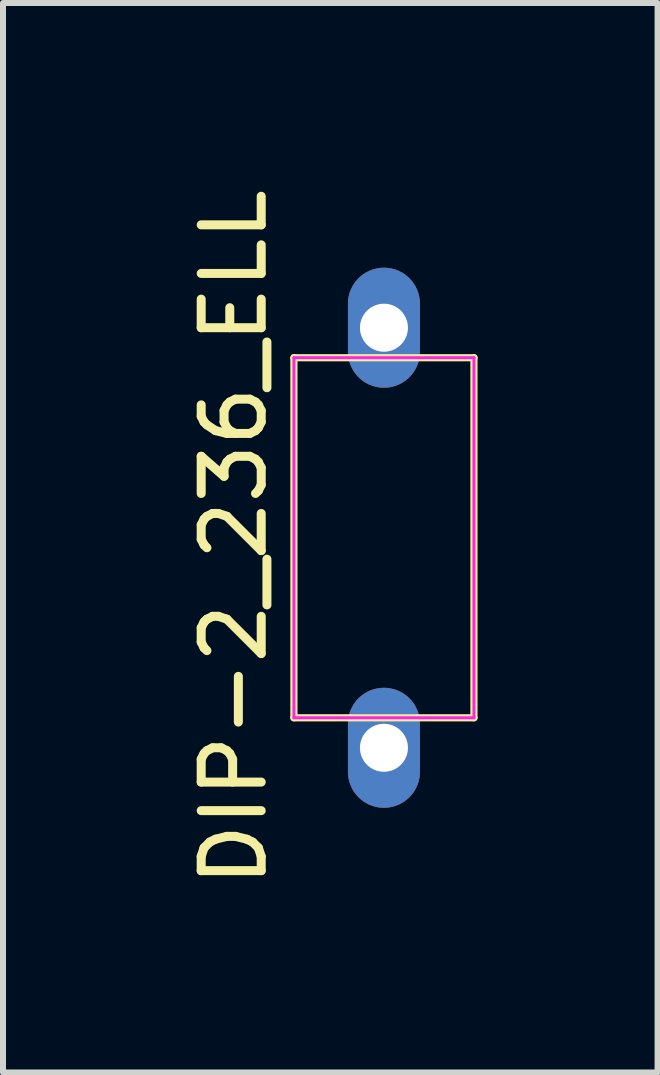
<source format=kicad_pcb>
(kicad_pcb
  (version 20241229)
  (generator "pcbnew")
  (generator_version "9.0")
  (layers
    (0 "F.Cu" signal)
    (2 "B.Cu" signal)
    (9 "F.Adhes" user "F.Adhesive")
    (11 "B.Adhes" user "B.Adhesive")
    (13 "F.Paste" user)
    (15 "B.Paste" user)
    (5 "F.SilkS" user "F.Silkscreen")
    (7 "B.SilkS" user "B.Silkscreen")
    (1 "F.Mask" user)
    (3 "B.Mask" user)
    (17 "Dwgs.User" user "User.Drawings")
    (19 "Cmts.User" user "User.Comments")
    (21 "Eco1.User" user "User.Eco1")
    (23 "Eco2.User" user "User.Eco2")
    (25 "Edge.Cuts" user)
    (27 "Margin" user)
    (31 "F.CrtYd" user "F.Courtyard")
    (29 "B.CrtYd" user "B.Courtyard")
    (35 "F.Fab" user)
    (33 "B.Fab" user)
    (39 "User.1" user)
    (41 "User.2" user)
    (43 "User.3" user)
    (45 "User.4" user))
  (footprint "DIP-2_236_ELL"
    (layer "F.Cu")
    (at 3.348 5.911)
    (property "Reference" "DIP-2_236_ELL" (at -2.5 0 90) (layer "F.SilkS") (effects (font (size 1 1) (thickness 0.15))))
    (fp_line (start -1.5 -3) (end 1.5 -3) (stroke (width 0.12) (type solid)) (layer "F.SilkS"))
    (fp_line (start -1.5 3) (end -1.5 -3) (stroke (width 0.12) (type solid)) (layer "F.SilkS"))
    (fp_line (start 1.5 3) (end -1.5 3) (stroke (width 0.12) (type solid)) (layer "F.SilkS"))
    (fp_line (start 1.5 3) (end 1.5 -3) (stroke (width 0.12) (type solid)) (layer "F.SilkS"))
    (fp_line (start -1.5 -3) (end -1.5 3) (stroke (width 0.05) (type solid)) (layer "F.CrtYd"))
    (fp_line (start -1.5 3) (end 1.5 3) (stroke (width 0.05) (type solid)) (layer "F.CrtYd"))
    (fp_line (start 1.5 -3) (end -1.5 -3) (stroke (width 0.05) (type solid)) (layer "F.CrtYd"))
    (fp_line (start 1.5 3) (end 1.5 -3) (stroke (width 0.05) (type solid)) (layer "F.CrtYd"))
    (pad "1" thru_hole oval (at 0 3.5) (size 1.2 2) (drill 0.8) (layers "*.Cu" "*.Mask"))
    (pad "2" thru_hole oval (at 0 -3.5) (size 1.2 2) (drill 0.8) (layers "*.Cu" "*.Mask")))
  (gr_rect
    (start -3 -3)
    (end 7.908 14.821)
    (stroke (width 0.1) (type default))
    (fill no)
    (layer "Edge.Cuts")))
</source>
